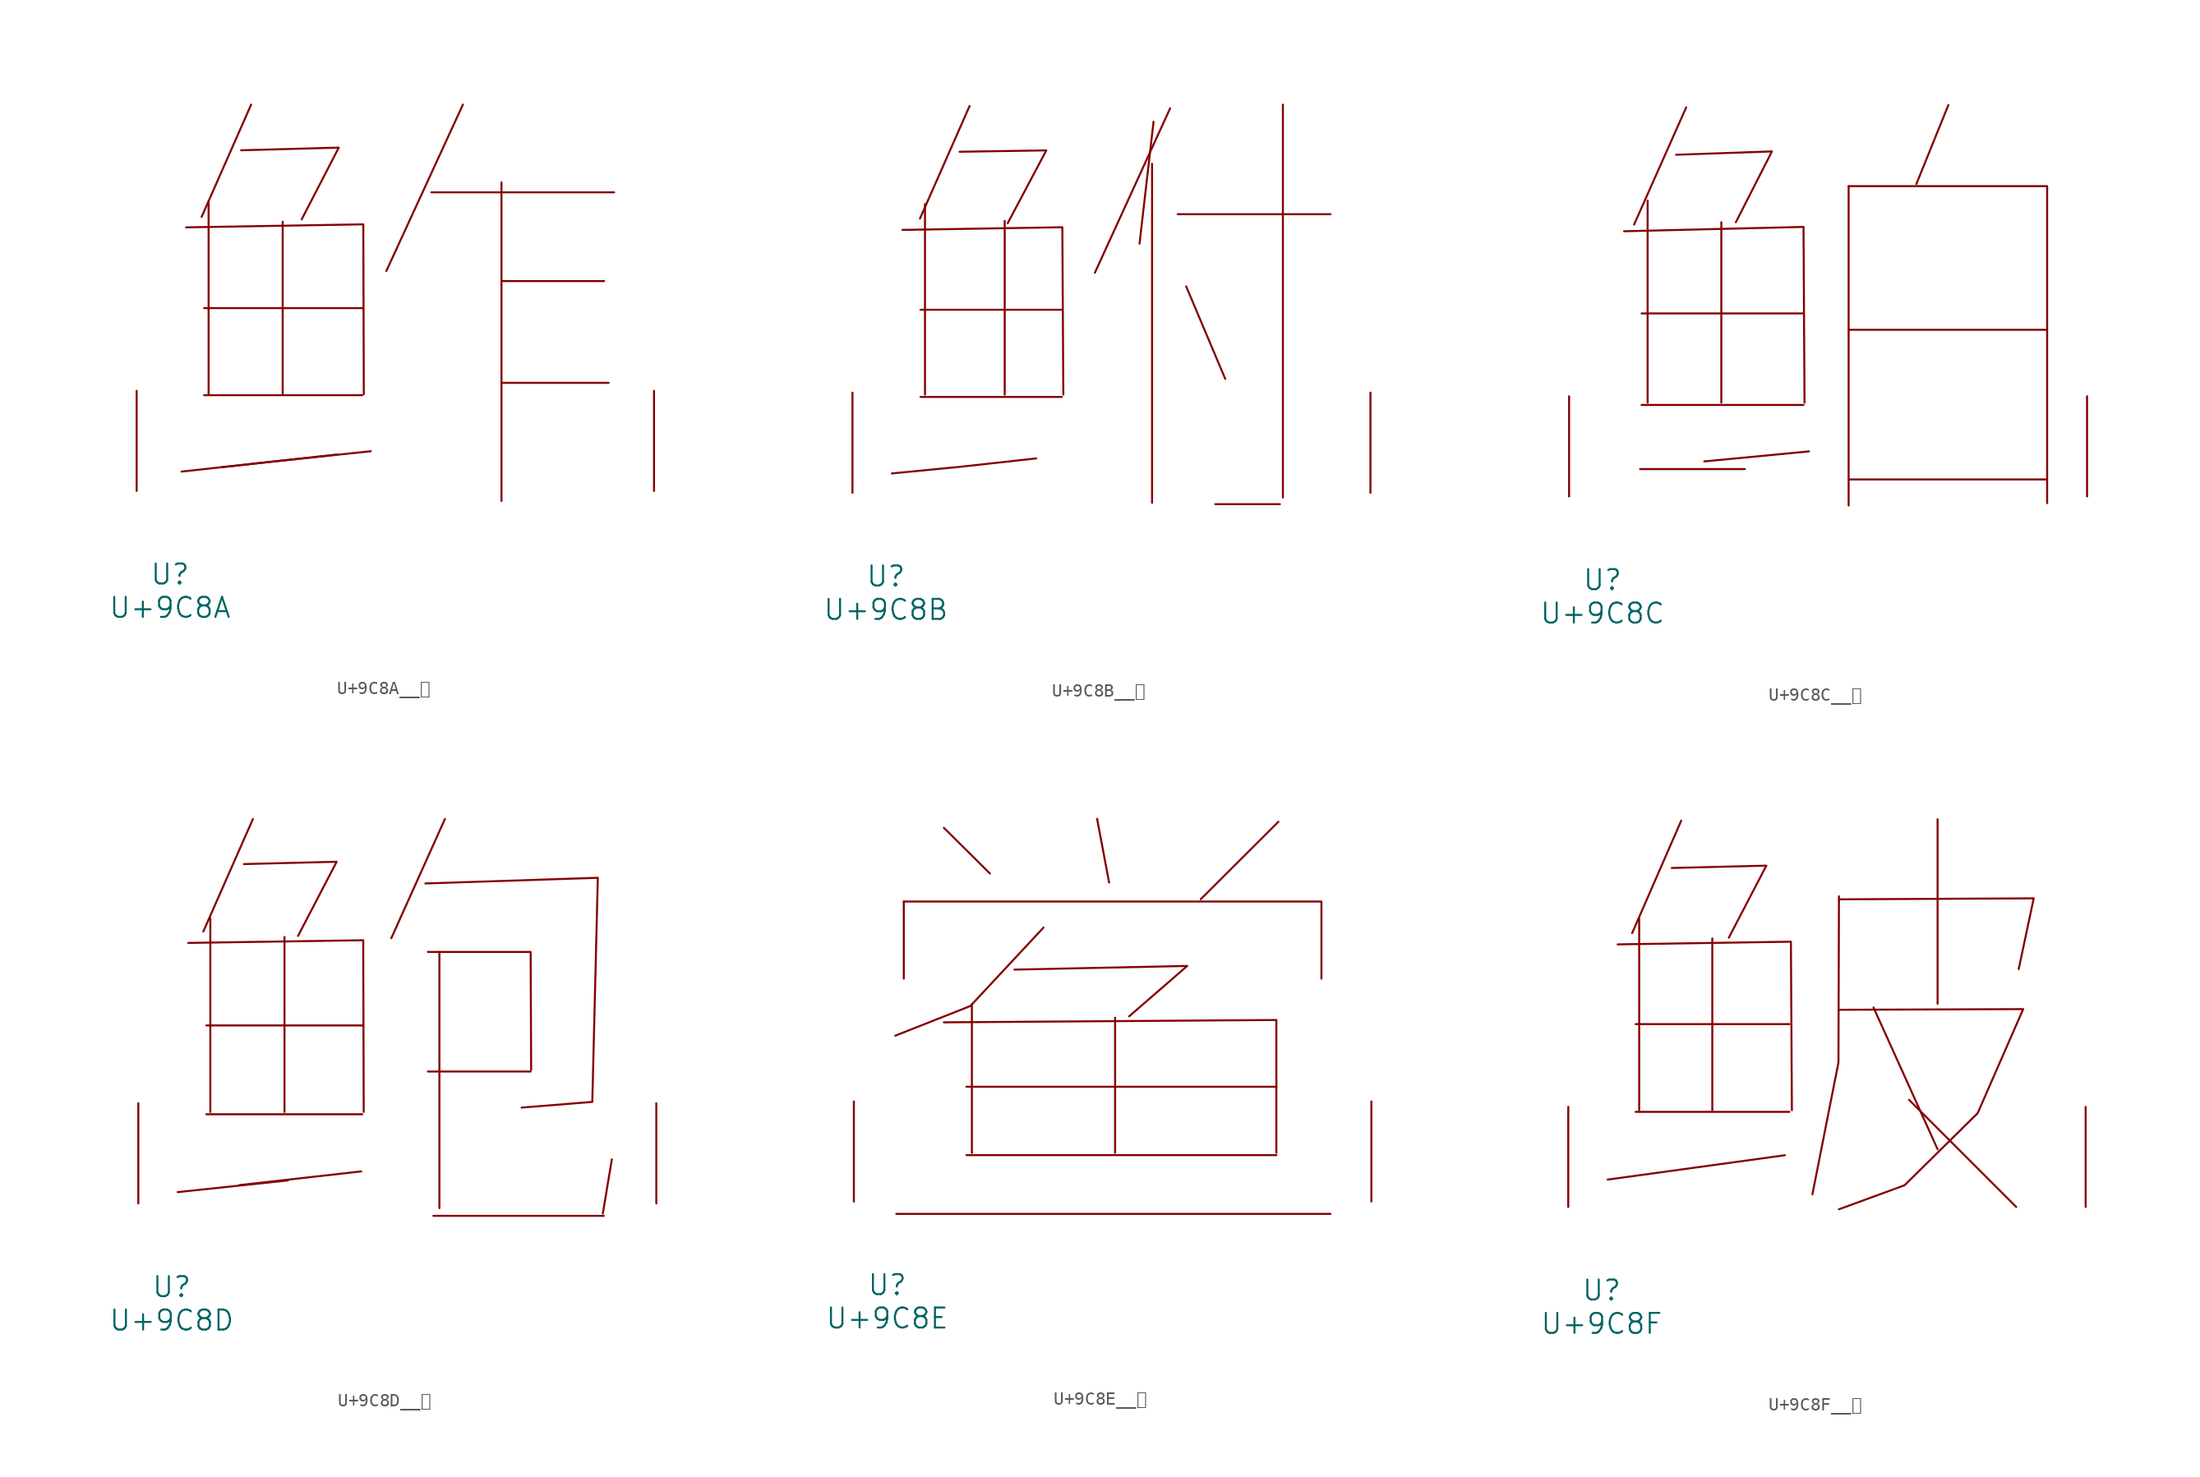
<source format=kicad_sym>
(kicad_symbol_lib
  (version 20231120)
  (generator "kicad_symbol_editor")
  (generator_version "8.0")
  (symbol "U+9C8A__鲊"
    (pin_names
      (offset 1.016))
    (property "Reference" "U"
      (at 0 -6.35 0)
      (effects (font (size 1.524 1.524))))
    (property "Value" "U+9C8A"
      (at 0 -8.89 0)
      (effects (font (size 1.524 1.524))))
    (symbol "U+9C8A__鲊_0_1"
      (polyline (pts (xy 2.591 7.29) (xy 14.63 7.29)) (stroke (width 0) (type solid)) (fill (type none)))
      (polyline (pts (xy 2.591 13.919) (xy 14.63 13.919)) (stroke (width 0) (type solid)) (fill (type none)))
      (polyline (pts (xy 2.934 22.047) (xy 2.934 7.366)) (stroke (width 0) (type solid)) (fill (type none)))
      (polyline (pts (xy 6.172 29.413) (xy 2.4 20.853)) (stroke (width 0) (type solid)) (fill (type none)))
      (polyline (pts (xy 8.572 20.498) (xy 8.572 7.366)) (stroke (width 0) (type solid)) (fill (type none)))
      (polyline (pts (xy 12.687 2.769) (xy 3.886 1.803)) (stroke (width 0) (type solid)) (fill (type none)))
      (polyline (pts (xy 19.888 22.733) (xy 33.795 22.733)) (stroke (width 0) (type solid)) (fill (type none)))
      (polyline (pts (xy 22.288 29.413) (xy 16.459 16.739)) (stroke (width 0) (type solid)) (fill (type none)))
      (polyline (pts (xy 25.222 8.23) (xy 33.376 8.23)) (stroke (width 0) (type solid)) (fill (type none)))
      (polyline (pts (xy 25.222 15.977) (xy 33.033 15.977)) (stroke (width 0) (type solid)) (fill (type none)))
      (polyline (pts (xy 25.222 23.495) (xy 25.222 -0.762)) (stroke (width 0) (type solid)) (fill (type none)))
      (polyline (pts (xy 1.219 20.066) (xy 14.707 20.295) (xy 14.745 7.366)) (stroke (width 0) (type solid)) (fill (type none)))
      (polyline (pts (xy 5.41 25.933) (xy 12.84 26.137) (xy 10.02 20.676)) (stroke (width 0) (type solid)) (fill (type none)))
      (polyline (pts (xy 15.278 3.023) (xy 8.268 2.286) (xy 0.876 1.473)) (stroke (width 0) (type solid)) (fill (type none)))
      (pin input line (at -2.54 0 90) (length 7.62) (name "~" (effects (font (size 1.27 1.27)))) (number "~" (effects (font (size 1.27 1.27)))))
      (pin input line (at 36.83 0 90) (length 7.62) (name "~" (effects (font (size 1.27 1.27)))) (number "~" (effects (font (size 1.27 1.27)))))))
  (symbol "U+9C8B__鲋"
    (pin_names
      (offset 1.016))
    (property "Reference" "U"
      (at 0 -6.35 0)
      (effects (font (size 1.524 1.524))))
    (property "Value" "U+9C8B"
      (at 0 -8.89 0)
      (effects (font (size 1.524 1.524))))
    (symbol "U+9C8B__鲋_0_1"
      (polyline (pts (xy 2.629 7.29) (xy 13.373 7.29)) (stroke (width 0) (type solid)) (fill (type none)))
      (polyline (pts (xy 2.629 13.919) (xy 13.373 13.919)) (stroke (width 0) (type solid)) (fill (type none)))
      (polyline (pts (xy 2.972 21.946) (xy 2.972 7.468)) (stroke (width 0) (type solid)) (fill (type none)))
      (polyline (pts (xy 6.363 29.413) (xy 2.591 20.853)) (stroke (width 0) (type solid)) (fill (type none)))
      (polyline (pts (xy 9.03 20.676) (xy 9.03 7.468)) (stroke (width 0) (type solid)) (fill (type none)))
      (polyline (pts (xy 20.231 25.019) (xy 20.231 -0.762)) (stroke (width 0) (type solid)) (fill (type none)))
      (polyline (pts (xy 20.345 28.219) (xy 19.279 18.948)) (stroke (width 0) (type solid)) (fill (type none)))
      (polyline (pts (xy 21.603 29.235) (xy 15.888 16.739)) (stroke (width 0) (type solid)) (fill (type none)))
      (polyline (pts (xy 22.174 21.184) (xy 33.795 21.184)) (stroke (width 0) (type solid)) (fill (type none)))
      (polyline (pts (xy 22.822 15.697) (xy 25.794 8.661)) (stroke (width 0) (type solid)) (fill (type none)))
      (polyline (pts (xy 25.032 -0.864) (xy 29.947 -0.864)) (stroke (width 0) (type solid)) (fill (type none)))
      (polyline (pts (xy 30.175 29.515) (xy 30.175 -0.356)) (stroke (width 0) (type solid)) (fill (type none)))
      (polyline (pts (xy 1.257 19.99) (xy 13.411 20.193) (xy 13.487 7.468)) (stroke (width 0) (type solid)) (fill (type none)))
      (polyline (pts (xy 5.601 25.933) (xy 12.192 26.035) (xy 9.258 20.498)) (stroke (width 0) (type solid)) (fill (type none)))
      (polyline (pts (xy 11.43 2.616) (xy 5.677 1.981) (xy 0.457 1.473)) (stroke (width 0) (type solid)) (fill (type none)))
      (pin input line (at -2.54 0 90) (length 7.62) (name "~" (effects (font (size 1.27 1.27)))) (number "~" (effects (font (size 1.27 1.27)))))
      (pin input line (at 36.83 0 90) (length 7.62) (name "~" (effects (font (size 1.27 1.27)))) (number "~" (effects (font (size 1.27 1.27)))))))
  (symbol "U+9C8C__鲌"
    (pin_names
      (offset 1.016))
    (property "Reference" "U"
      (at 0 -6.35 0)
      (effects (font (size 1.524 1.524))))
    (property "Value" "U+9C8C"
      (at 0 -8.89 0)
      (effects (font (size 1.524 1.524))))
    (symbol "U+9C8C__鲌_0_1"
      (polyline (pts (xy 2.857 2.083) (xy 10.82 2.083)) (stroke (width 0) (type solid)) (fill (type none)))
      (polyline (pts (xy 2.972 6.96) (xy 15.278 6.96)) (stroke (width 0) (type solid)) (fill (type none)))
      (polyline (pts (xy 2.972 13.919) (xy 15.278 13.919)) (stroke (width 0) (type solid)) (fill (type none)))
      (polyline (pts (xy 3.429 22.504) (xy 3.429 7.137)) (stroke (width 0) (type solid)) (fill (type none)))
      (polyline (pts (xy 6.363 29.591) (xy 2.4 20.676)) (stroke (width 0) (type solid)) (fill (type none)))
      (polyline (pts (xy 9.03 20.853) (xy 9.03 7.137)) (stroke (width 0) (type solid)) (fill (type none)))
      (polyline (pts (xy 15.697 3.429) (xy 7.734 2.667)) (stroke (width 0) (type solid)) (fill (type none)))
      (polyline (pts (xy 18.707 1.295) (xy 33.795 1.295)) (stroke (width 0) (type solid)) (fill (type none)))
      (polyline (pts (xy 18.707 12.675) (xy 33.795 12.675)) (stroke (width 0) (type solid)) (fill (type none)))
      (polyline (pts (xy 18.707 23.597) (xy 18.707 -0.686)) (stroke (width 0) (type solid)) (fill (type none)))
      (polyline (pts (xy 26.289 29.769) (xy 23.851 23.749)) (stroke (width 0) (type solid)) (fill (type none)))
      (polyline (pts (xy 1.638 20.168) (xy 15.278 20.498) (xy 15.354 7.137)) (stroke (width 0) (type solid)) (fill (type none)))
      (polyline (pts (xy 5.601 25.984) (xy 12.878 26.238) (xy 10.135 20.853)) (stroke (width 0) (type solid)) (fill (type none)))
      (polyline (pts (xy 18.707 23.597) (xy 33.795 23.597) (xy 33.795 -0.508)) (stroke (width 0) (type solid)) (fill (type none)))
      (pin input line (at -2.54 0 90) (length 7.62) (name "~" (effects (font (size 1.27 1.27)))) (number "~" (effects (font (size 1.27 1.27)))))
      (pin input line (at 36.83 0 90) (length 7.62) (name "~" (effects (font (size 1.27 1.27)))) (number "~" (effects (font (size 1.27 1.27)))))))
  (symbol "U+9C8D__鲍"
    (pin_names
      (offset 1.016))
    (property "Reference" "U"
      (at 0 -6.35 0)
      (effects (font (size 1.524 1.524))))
    (property "Value" "U+9C8D"
      (at 0 -8.89 0)
      (effects (font (size 1.524 1.524))))
    (symbol "U+9C8D__鲍_0_1"
      (polyline (pts (xy 2.629 6.782) (xy 14.478 6.782)) (stroke (width 0) (type solid)) (fill (type none)))
      (polyline (pts (xy 2.629 13.538) (xy 14.478 13.538)) (stroke (width 0) (type solid)) (fill (type none)))
      (polyline (pts (xy 2.934 21.692) (xy 2.934 6.96)) (stroke (width 0) (type solid)) (fill (type none)))
      (polyline (pts (xy 6.172 29.235) (xy 2.4 20.676)) (stroke (width 0) (type solid)) (fill (type none)))
      (polyline (pts (xy 8.572 20.269) (xy 8.572 6.96)) (stroke (width 0) (type solid)) (fill (type none)))
      (polyline (pts (xy 8.839 1.753) (xy 0.457 0.864)) (stroke (width 0) (type solid)) (fill (type none)))
      (polyline (pts (xy 14.402 2.438) (xy 5.144 1.397)) (stroke (width 0) (type solid)) (fill (type none)))
      (polyline (pts (xy 19.469 10.033) (xy 27.28 10.033)) (stroke (width 0) (type solid)) (fill (type none)))
      (polyline (pts (xy 19.888 -0.94) (xy 32.842 -0.94)) (stroke (width 0) (type solid)) (fill (type none)))
      (polyline (pts (xy 20.345 19.126) (xy 20.345 -0.356)) (stroke (width 0) (type solid)) (fill (type none)))
      (polyline (pts (xy 20.765 29.235) (xy 16.688 20.168)) (stroke (width 0) (type solid)) (fill (type none)))
      (polyline (pts (xy 33.452 3.353) (xy 32.766 -0.762)) (stroke (width 0) (type solid)) (fill (type none)))
      (polyline (pts (xy 1.257 19.812) (xy 14.554 20.015) (xy 14.592 6.96)) (stroke (width 0) (type solid)) (fill (type none)))
      (polyline (pts (xy 5.486 25.806) (xy 12.535 25.984) (xy 9.601 20.345)) (stroke (width 0) (type solid)) (fill (type none)))
      (polyline (pts (xy 19.469 19.126) (xy 27.28 19.126) (xy 27.318 10.16)) (stroke (width 0) (type solid)) (fill (type none)))
      (polyline (pts (xy 19.279 24.333) (xy 32.385 24.765) (xy 31.966 7.722) (xy 26.594 7.29)) (stroke (width 0) (type solid)) (fill (type none)))
      (pin input line (at -2.54 0 90) (length 7.62) (name "~" (effects (font (size 1.27 1.27)))) (number "~" (effects (font (size 1.27 1.27)))))
      (pin input line (at 36.83 0 90) (length 7.62) (name "~" (effects (font (size 1.27 1.27)))) (number "~" (effects (font (size 1.27 1.27)))))))
  (symbol "U+9C8E__鲎"
    (pin_names
      (offset 1.016))
    (property "Reference" "U"
      (at 0 -6.35 0)
      (effects (font (size 1.524 1.524))))
    (property "Value" "U+9C8E"
      (at 0 -8.89 0)
      (effects (font (size 1.524 1.524))))
    (symbol "U+9C8E__鲎_0_1"
      (polyline (pts (xy 0.686 -0.94) (xy 33.718 -0.94)) (stroke (width 0) (type solid)) (fill (type none)))
      (polyline (pts (xy 1.257 22.835) (xy 1.257 16.967)) (stroke (width 0) (type solid)) (fill (type none)))
      (polyline (pts (xy 4.305 28.448) (xy 7.811 24.968)) (stroke (width 0) (type solid)) (fill (type none)))
      (polyline (pts (xy 6.02 3.531) (xy 29.604 3.531)) (stroke (width 0) (type solid)) (fill (type none)))
      (polyline (pts (xy 6.02 8.738) (xy 29.604 8.738)) (stroke (width 0) (type solid)) (fill (type none)))
      (polyline (pts (xy 6.439 15.011) (xy 6.439 3.708)) (stroke (width 0) (type solid)) (fill (type none)))
      (polyline (pts (xy 15.964 29.134) (xy 16.878 24.282)) (stroke (width 0) (type solid)) (fill (type none)))
      (polyline (pts (xy 17.335 13.995) (xy 17.335 3.708)) (stroke (width 0) (type solid)) (fill (type none)))
      (polyline (pts (xy 29.756 28.905) (xy 23.851 23.012)) (stroke (width 0) (type solid)) (fill (type none)))
      (polyline (pts (xy 1.257 22.835) (xy 33.033 22.835) (xy 33.033 16.967)) (stroke (width 0) (type solid)) (fill (type none)))
      (polyline (pts (xy 4.305 13.64) (xy 29.604 13.818) (xy 29.604 3.708)) (stroke (width 0) (type solid)) (fill (type none)))
      (polyline (pts (xy 9.677 17.653) (xy 22.822 17.932) (xy 18.402 14.097)) (stroke (width 0) (type solid)) (fill (type none)))
      (polyline (pts (xy 11.887 20.853) (xy 6.325 14.884) (xy 0.61 12.624)) (stroke (width 0) (type solid)) (fill (type none)))
      (pin input line (at -2.54 0 90) (length 7.62) (name "~" (effects (font (size 1.27 1.27)))) (number "~" (effects (font (size 1.27 1.27)))))
      (pin input line (at 36.83 0 90) (length 7.62) (name "~" (effects (font (size 1.27 1.27)))) (number "~" (effects (font (size 1.27 1.27)))))))
  (symbol "U+9C8F__鲏"
    (pin_names
      (offset 1.016))
    (property "Reference" "U"
      (at 0 -6.35 0)
      (effects (font (size 1.524 1.524))))
    (property "Value" "U+9C8F"
      (at 0 -8.89 0)
      (effects (font (size 1.524 1.524))))
    (symbol "U+9C8F__鲏_0_1"
      (polyline (pts (xy 2.591 7.239) (xy 14.287 7.239)) (stroke (width 0) (type solid)) (fill (type none)))
      (polyline (pts (xy 2.591 13.919) (xy 14.287 13.919)) (stroke (width 0) (type solid)) (fill (type none)))
      (polyline (pts (xy 2.857 21.946) (xy 2.857 7.366)) (stroke (width 0) (type solid)) (fill (type none)))
      (polyline (pts (xy 6.058 29.413) (xy 2.324 20.853)) (stroke (width 0) (type solid)) (fill (type none)))
      (polyline (pts (xy 8.42 20.447) (xy 8.42 7.366)) (stroke (width 0) (type solid)) (fill (type none)))
      (polyline (pts (xy 13.945 3.937) (xy 0.457 2.083)) (stroke (width 0) (type solid)) (fill (type none)))
      (polyline (pts (xy 20.688 15.189) (xy 25.565 4.394)) (stroke (width 0) (type solid)) (fill (type none)))
      (polyline (pts (xy 23.393 8.153) (xy 31.547 0)) (stroke (width 0) (type solid)) (fill (type none)))
      (polyline (pts (xy 25.565 29.515) (xy 25.565 15.469)) (stroke (width 0) (type solid)) (fill (type none)))
      (polyline (pts (xy 1.219 19.99) (xy 14.402 20.193) (xy 14.478 7.366)) (stroke (width 0) (type solid)) (fill (type none)))
      (polyline (pts (xy 5.334 25.806) (xy 12.535 25.984) (xy 9.677 20.498)) (stroke (width 0) (type solid)) (fill (type none)))
      (polyline (pts (xy 18.059 23.419) (xy 32.88 23.495) (xy 31.737 18.11)) (stroke (width 0) (type solid)) (fill (type none)))
      (polyline (pts (xy 18.059 23.647) (xy 18.021 10.998) (xy 16.04 0.965)) (stroke (width 0) (type solid)) (fill (type none)))
      (polyline (pts (xy 18.059 15.011) (xy 32.08 15.062) (xy 28.613 7.137) (xy 23.05 1.651) (xy 18.059 -0.178)) (stroke (width 0) (type solid)) (fill (type none)))
      (pin input line (at -2.54 0 90) (length 7.62) (name "~" (effects (font (size 1.27 1.27)))) (number "~" (effects (font (size 1.27 1.27)))))
      (pin input line (at 36.83 0 90) (length 7.62) (name "~" (effects (font (size 1.27 1.27)))) (number "~" (effects (font (size 1.27 1.27))))))))
</source>
